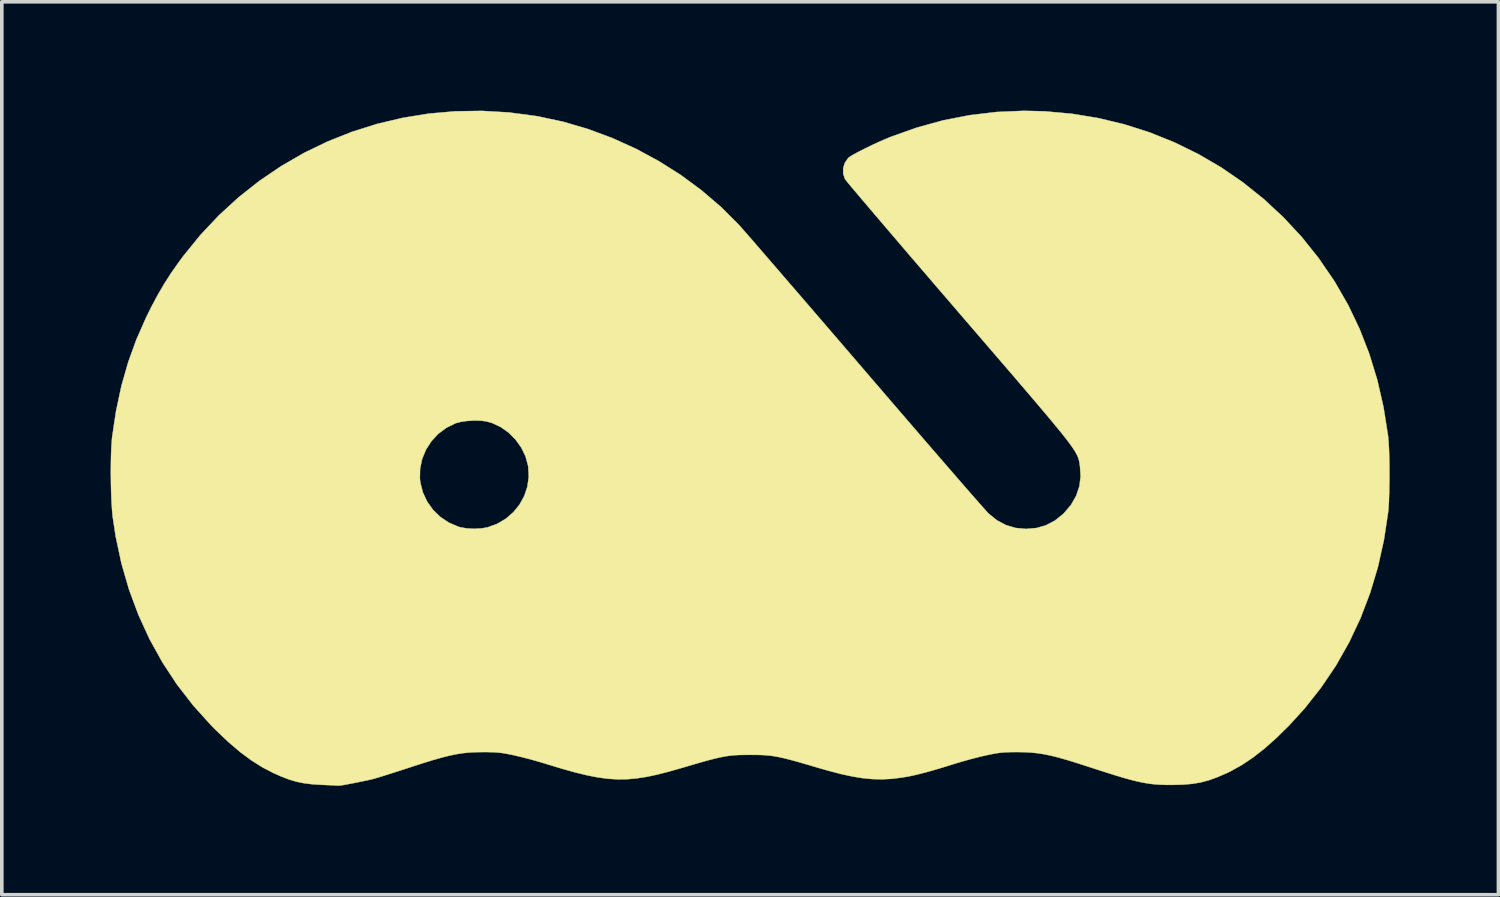
<source format=kicad_pcb>
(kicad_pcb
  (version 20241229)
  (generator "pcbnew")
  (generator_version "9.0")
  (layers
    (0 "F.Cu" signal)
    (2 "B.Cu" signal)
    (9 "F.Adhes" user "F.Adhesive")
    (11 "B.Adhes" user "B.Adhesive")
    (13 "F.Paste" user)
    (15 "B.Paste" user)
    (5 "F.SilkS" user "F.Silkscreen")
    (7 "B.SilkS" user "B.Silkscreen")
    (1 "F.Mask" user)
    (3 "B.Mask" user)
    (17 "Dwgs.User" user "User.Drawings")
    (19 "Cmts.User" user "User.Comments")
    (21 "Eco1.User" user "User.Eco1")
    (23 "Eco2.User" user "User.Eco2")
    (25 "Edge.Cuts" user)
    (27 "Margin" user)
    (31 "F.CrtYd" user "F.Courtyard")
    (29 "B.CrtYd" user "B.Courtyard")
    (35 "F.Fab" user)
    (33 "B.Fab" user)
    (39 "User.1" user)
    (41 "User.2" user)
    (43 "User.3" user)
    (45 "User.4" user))
  (footprint "logo"
    (layer "F.Cu")
    (at 17.602 9.301)
    (property "Reference" "logo" (at 0 0 0) (layer "F.SilkS") (effects (font (size 1.524 1.524) (thickness 0.3))))
    (attr through_hole)
    (fp_poly (pts (xy 8.14 -9.283) (xy 8.889 -9.216) (xy 9.625 -9.096) (xy 10.345 -8.923) (xy 11.045 -8.7) (xy 11.725 -8.426) (xy 12.382 -8.104) (xy 13.013 -7.736) (xy 13.615 -7.322) (xy 14.187 -6.864) (xy 14.726 -6.363) (xy 15.23 -5.822) (xy 15.696 -5.24) (xy 16.121 -4.62) (xy 16.15 -4.575) (xy 16.514 -3.942) (xy 16.829 -3.283) (xy 17.096 -2.596) (xy 17.315 -1.882) (xy 17.486 -1.138) (xy 17.609 -0.365) (xy 17.616 -0.31) (xy 17.628 -0.165) (xy 17.639 0.024) (xy 17.646 0.248) (xy 17.65 0.494) (xy 17.651 0.75) (xy 17.649 1.005) (xy 17.644 1.248) (xy 17.637 1.468) (xy 17.626 1.653) (xy 17.616 1.764) (xy 17.5 2.532) (xy 17.335 3.275) (xy 17.119 3.994) (xy 16.855 4.687) (xy 16.542 5.352) (xy 16.182 5.989) (xy 15.773 6.596) (xy 15.318 7.173) (xy 14.888 7.645) (xy 14.54 7.987) (xy 14.209 8.282) (xy 13.891 8.531) (xy 13.58 8.739) (xy 13.271 8.911) (xy 13.175 8.957) (xy 12.913 9.071) (xy 12.677 9.157) (xy 12.449 9.218) (xy 12.215 9.257) (xy 11.957 9.279) (xy 11.682 9.286) (xy 11.505 9.286) (xy 11.343 9.281) (xy 11.189 9.271) (xy 11.036 9.254) (xy 10.878 9.228) (xy 10.708 9.193) (xy 10.519 9.146) (xy 10.305 9.086) (xy 10.06 9.012) (xy 9.776 8.922) (xy 9.446 8.816) (xy 9.365 8.789) (xy 9.045 8.686) (xy 8.77 8.601) (xy 8.531 8.533) (xy 8.321 8.48) (xy 8.13 8.441) (xy 7.952 8.413) (xy 7.778 8.395) (xy 7.6 8.385) (xy 7.409 8.382) (xy 7.399 8.382) (xy 7.211 8.383) (xy 7.062 8.388) (xy 6.931 8.399) (xy 6.802 8.417) (xy 6.655 8.445) (xy 6.542 8.469) (xy 6.36 8.511) (xy 6.149 8.565) (xy 5.933 8.624) (xy 5.735 8.682) (xy 5.701 8.693) (xy 5.394 8.788) (xy 5.131 8.867) (xy 4.906 8.931) (xy 4.71 8.982) (xy 4.535 9.024) (xy 4.372 9.057) (xy 4.215 9.083) (xy 4.177 9.089) (xy 3.915 9.12) (xy 3.658 9.133) (xy 3.398 9.126) (xy 3.126 9.1) (xy 2.834 9.052) (xy 2.514 8.982) (xy 2.157 8.888) (xy 1.905 8.816) (xy 1.612 8.729) (xy 1.366 8.658) (xy 1.158 8.601) (xy 0.982 8.555) (xy 0.829 8.521) (xy 0.692 8.496) (xy 0.564 8.478) (xy 0.436 8.467) (xy 0.302 8.461) (xy 0.153 8.459) (xy 0.028 8.458) (xy -0.136 8.459) (xy -0.28 8.462) (xy -0.412 8.469) (xy -0.539 8.482) (xy -0.669 8.501) (xy -0.809 8.529) (xy -0.967 8.566) (xy -1.151 8.614) (xy -1.368 8.675) (xy -1.625 8.75) (xy -1.849 8.816) (xy -2.204 8.917) (xy -2.525 9) (xy -2.82 9.063) (xy -3.096 9.106) (xy -3.362 9.13) (xy -3.624 9.134) (xy -3.89 9.117) (xy -4.169 9.08) (xy -4.467 9.022) (xy -4.793 8.943) (xy -5.153 8.842) (xy -5.557 8.72) (xy -5.644 8.693) (xy -5.836 8.636) (xy -6.051 8.576) (xy -6.265 8.521) (xy -6.454 8.476) (xy -6.485 8.469) (xy -6.654 8.434) (xy -6.792 8.41) (xy -6.92 8.395) (xy -7.055 8.386) (xy -7.216 8.382) (xy -7.343 8.382) (xy -7.534 8.385) (xy -7.713 8.394) (xy -7.887 8.411) (xy -8.064 8.439) (xy -8.254 8.478) (xy -8.463 8.53) (xy -8.7 8.597) (xy -8.974 8.681) (xy -9.291 8.783) (xy -9.309 8.789) (xy -9.524 8.86) (xy -9.734 8.927) (xy -9.927 8.989) (xy -10.096 9.042) (xy -10.232 9.084) (xy -10.325 9.111) (xy -10.337 9.115) (xy -10.417 9.135) (xy -10.529 9.16) (xy -10.663 9.188) (xy -10.807 9.218) (xy -10.952 9.246) (xy -11.087 9.272) (xy -11.201 9.292) (xy -11.285 9.305) (xy -11.327 9.309) (xy -11.33 9.308) (xy -11.357 9.305) (xy -11.431 9.301) (xy -11.542 9.295) (xy -11.68 9.289) (xy -11.769 9.285) (xy -12.038 9.269) (xy -12.269 9.241) (xy -12.48 9.198) (xy -12.688 9.136) (xy -12.911 9.049) (xy -13.119 8.957) (xy -13.423 8.799) (xy -13.728 8.606) (xy -14.039 8.375) (xy -14.36 8.101) (xy -14.697 7.78) (xy -14.832 7.645) (xy -15.325 7.098) (xy -15.774 6.518) (xy -16.175 5.908) (xy -16.53 5.267) (xy -16.836 4.599) (xy -17.095 3.904) (xy -17.304 3.183) (xy -17.463 2.439) (xy -17.544 1.905) (xy -17.562 1.724) (xy -17.577 1.5) (xy -17.587 1.246) (xy -17.594 0.973) (xy -17.595 0.843) (xy -9.077 0.843) (xy -9.064 0.953) (xy -8.994 1.225) (xy -8.876 1.478) (xy -8.714 1.705) (xy -8.514 1.899) (xy -8.283 2.054) (xy -8.026 2.165) (xy -7.959 2.185) (xy -7.78 2.216) (xy -7.576 2.226) (xy -7.374 2.215) (xy -7.214 2.187) (xy -6.947 2.09) (xy -6.708 1.949) (xy -6.501 1.77) (xy -6.33 1.559) (xy -6.2 1.322) (xy -6.114 1.065) (xy -6.076 0.795) (xy -6.09 0.516) (xy -6.095 0.486) (xy -6.165 0.229) (xy -6.282 -0.013) (xy -6.44 -0.233) (xy -6.631 -0.425) (xy -6.849 -0.579) (xy -7.087 -0.69) (xy -7.247 -0.735) (xy -7.401 -0.755) (xy -7.582 -0.759) (xy -7.77 -0.747) (xy -7.944 -0.723) (xy -8.085 -0.686) (xy -8.097 -0.682) (xy -8.352 -0.555) (xy -8.575 -0.387) (xy -8.762 -0.184) (xy -8.91 0.047) (xy -9.014 0.299) (xy -9.071 0.567) (xy -9.077 0.843) (xy -17.595 0.843) (xy -17.597 0.694) (xy -17.595 0.419) (xy -17.59 0.162) (xy -17.58 -0.067) (xy -17.566 -0.256) (xy -17.56 -0.31) (xy -17.452 -1.027) (xy -17.306 -1.709) (xy -17.12 -2.362) (xy -16.891 -2.995) (xy -16.617 -3.615) (xy -16.485 -3.881) (xy -16.303 -4.222) (xy -16.124 -4.529) (xy -15.935 -4.823) (xy -15.723 -5.125) (xy -15.603 -5.287) (xy -15.129 -5.871) (xy -14.62 -6.412) (xy -14.077 -6.91) (xy -13.503 -7.364) (xy -12.901 -7.772) (xy -12.273 -8.135) (xy -11.621 -8.45) (xy -10.949 -8.717) (xy -10.258 -8.935) (xy -9.552 -9.102) (xy -8.833 -9.219) (xy -8.103 -9.283) (xy -7.364 -9.294) (xy -6.621 -9.251) (xy -5.874 -9.152) (xy -5.814 -9.142) (xy -5.123 -8.994) (xy -4.44 -8.793) (xy -3.769 -8.544) (xy -3.116 -8.248) (xy -2.486 -7.907) (xy -1.883 -7.526) (xy -1.313 -7.105) (xy -0.78 -6.649) (xy -0.29 -6.16) (xy -0.277 -6.146) (xy -0.23 -6.093) (xy -0.148 -6) (xy -0.034 -5.87) (xy 0.111 -5.703) (xy 0.284 -5.503) (xy 0.483 -5.272) (xy 0.707 -5.013) (xy 0.953 -4.728) (xy 1.22 -4.419) (xy 1.504 -4.089) (xy 1.804 -3.741) (xy 2.119 -3.375) (xy 2.445 -2.996) (xy 2.781 -2.605) (xy 3.125 -2.205) (xy 3.2 -2.117) (xy 3.544 -1.717) (xy 3.88 -1.326) (xy 4.205 -0.948) (xy 4.519 -0.584) (xy 4.818 -0.237) (xy 5.101 0.09) (xy 5.367 0.397) (xy 5.612 0.68) (xy 5.834 0.936) (xy 6.033 1.165) (xy 6.206 1.362) (xy 6.35 1.527) (xy 6.465 1.656) (xy 6.547 1.748) (xy 6.595 1.8) (xy 6.601 1.806) (xy 6.831 1.992) (xy 7.078 2.124) (xy 7.344 2.203) (xy 7.631 2.23) (xy 7.634 2.23) (xy 7.92 2.205) (xy 8.181 2.13) (xy 8.424 2.003) (xy 8.65 1.823) (xy 8.681 1.793) (xy 8.874 1.565) (xy 9.015 1.318) (xy 9.104 1.055) (xy 9.138 0.778) (xy 9.121 0.515) (xy 9.113 0.46) (xy 9.106 0.409) (xy 9.097 0.361) (xy 9.085 0.313) (xy 9.069 0.263) (xy 9.046 0.209) (xy 9.016 0.15) (xy 8.977 0.082) (xy 8.926 0.004) (xy 8.863 -0.086) (xy 8.786 -0.19) (xy 8.693 -0.31) (xy 8.583 -0.448) (xy 8.453 -0.607) (xy 8.303 -0.788) (xy 8.13 -0.993) (xy 7.934 -1.225) (xy 7.712 -1.486) (xy 7.463 -1.777) (xy 7.186 -2.101) (xy 6.877 -2.459) (xy 6.537 -2.854) (xy 6.164 -3.288) (xy 5.771 -3.744) (xy 5.437 -4.133) (xy 5.111 -4.511) (xy 4.798 -4.877) (xy 4.497 -5.227) (xy 4.212 -5.56) (xy 3.945 -5.872) (xy 3.697 -6.163) (xy 3.47 -6.429) (xy 3.266 -6.669) (xy 3.087 -6.88) (xy 2.936 -7.059) (xy 2.813 -7.204) (xy 2.722 -7.314) (xy 2.664 -7.386) (xy 2.641 -7.417) (xy 2.593 -7.56) (xy 2.592 -7.713) (xy 2.637 -7.861) (xy 2.724 -7.987) (xy 2.742 -8.005) (xy 2.801 -8.047) (xy 2.902 -8.106) (xy 3.037 -8.178) (xy 3.196 -8.258) (xy 3.369 -8.342) (xy 3.549 -8.426) (xy 3.725 -8.504) (xy 3.889 -8.572) (xy 3.906 -8.579) (xy 4.621 -8.833) (xy 5.346 -9.033) (xy 6.079 -9.176) (xy 6.82 -9.264) (xy 7.567 -9.296) (xy 8.14 -9.283)) (stroke (width 0.01) (type solid)) (fill yes) (layer "F.SilkS")))
  (gr_rect
    (start -3 -3)
    (end 38.258 21.615)
    (stroke (width 0.1) (type default))
    (fill no)
    (layer "Edge.Cuts")))
</source>
